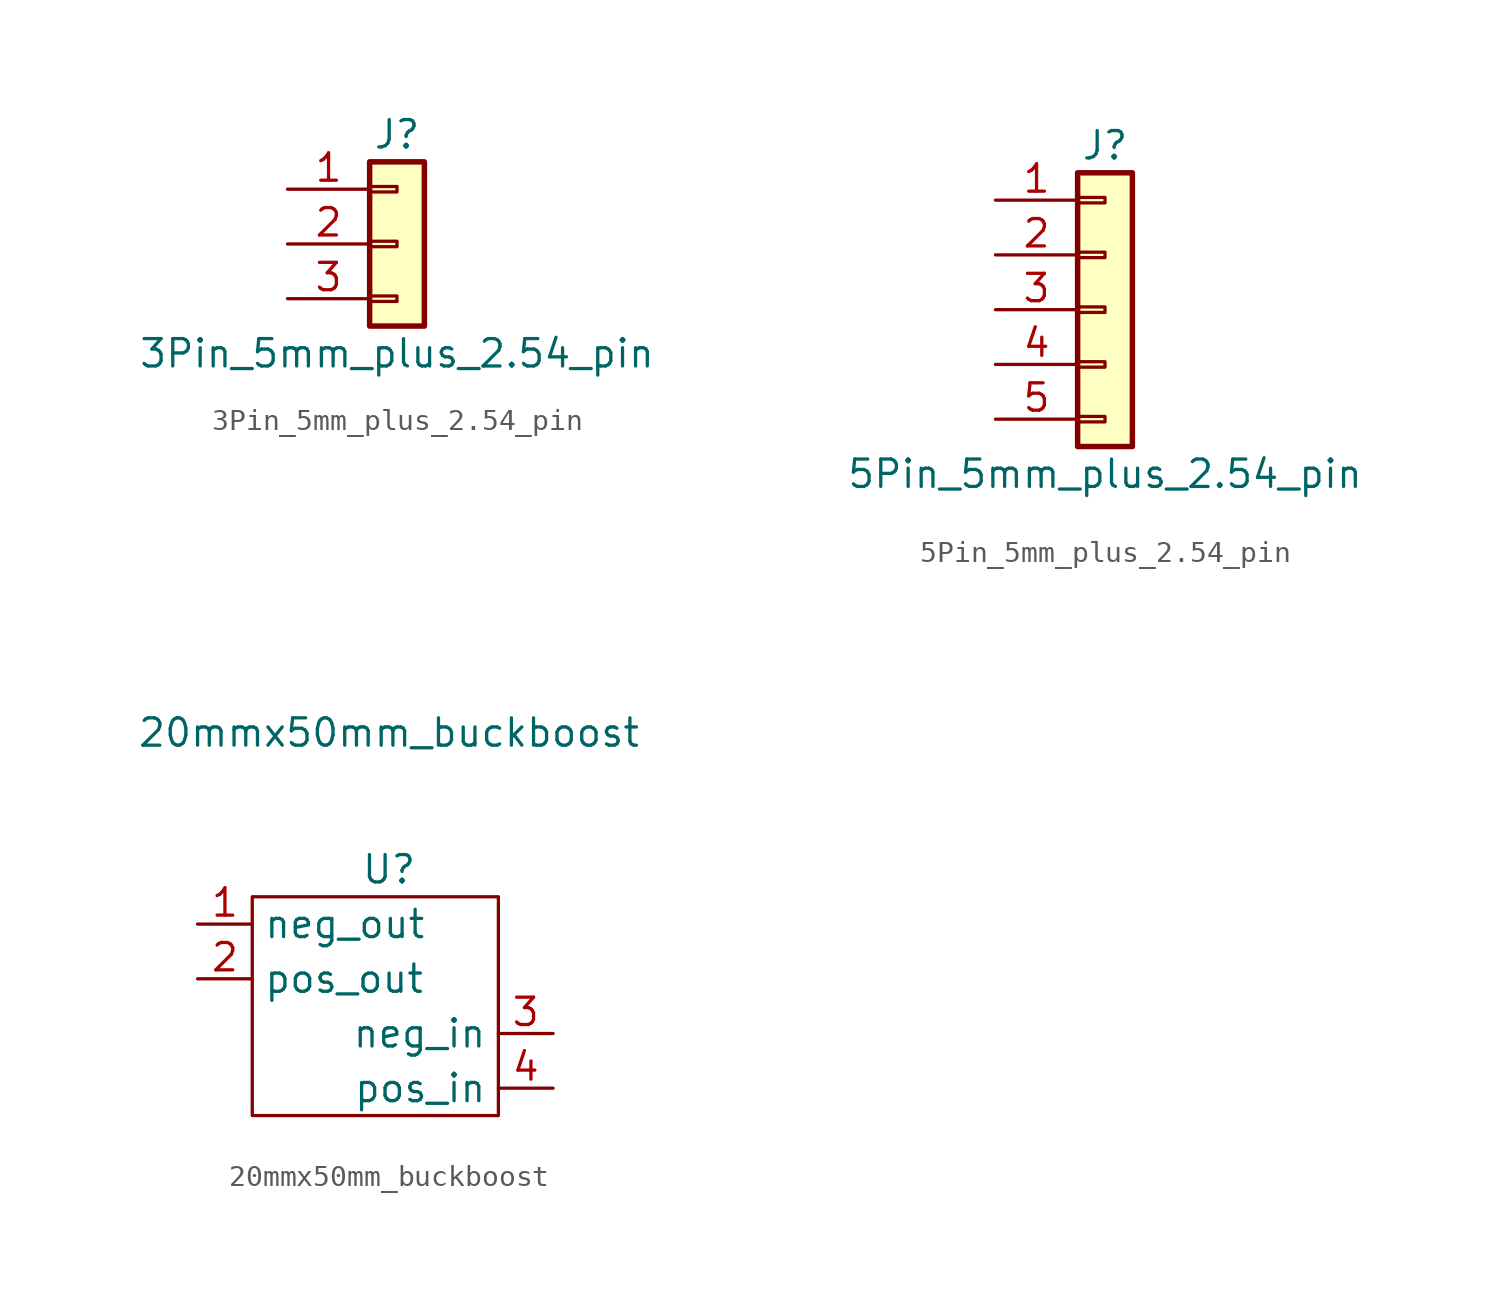
<source format=kicad_sym>
(kicad_symbol_lib
  (version 20211014)
  (generator kicad_symbol_editor)
  (symbol "3Pin_5mm_plus_2.54_pin"
    (pin_names
      (offset 1.016) hide)
    (property "Reference" "J"
      (at 0 5.08 0)
      (effects (font (size 1.27 1.27))))
    (property "Value" "3Pin_5mm_plus_2.54_pin"
      (at 0 -5.08 0)
      (effects (font (size 1.27 1.27))))
    (symbol "3Pin_5mm_plus_2.54_pin_1_1"
      (rectangle (start -1.27 -2.413) (end 0 -2.667) (stroke (width 0.152) (type default) (color 0 0 0 0)) (fill (type none)))
      (rectangle (start -1.27 0.127) (end 0 -0.127) (stroke (width 0.152) (type default) (color 0 0 0 0)) (fill (type none)))
      (rectangle (start -1.27 2.667) (end 0 2.413) (stroke (width 0.152) (type default) (color 0 0 0 0)) (fill (type none)))
      (rectangle (start -1.27 3.81) (end 1.27 -3.81) (stroke (width 0.254) (type default) (color 0 0 0 0)) (fill (type background)))
      (pin passive line (at -5.08 2.54 0) (length 3.81) (name "Pin_1" (effects (font (size 1.27 1.27)))) (number "1" (effects (font (size 1.27 1.27)))))
      (pin passive line (at -5.08 0 0) (length 3.81) (name "Pin_2" (effects (font (size 1.27 1.27)))) (number "2" (effects (font (size 1.27 1.27)))))
      (pin passive line (at -5.08 -2.54 0) (length 3.81) (name "Pin_3" (effects (font (size 1.27 1.27)))) (number "3" (effects (font (size 1.27 1.27)))))))
  (symbol "5Pin_5mm_plus_2.54_pin"
    (pin_names
      (offset 1.016) hide)
    (property "Reference" "J"
      (at 0 7.62 0)
      (effects (font (size 1.27 1.27))))
    (property "Value" "5Pin_5mm_plus_2.54_pin"
      (at 0 -7.62 0)
      (effects (font (size 1.27 1.27))))
    (symbol "5Pin_5mm_plus_2.54_pin_1_1"
      (rectangle (start -1.27 -4.953) (end 0 -5.207) (stroke (width 0.152) (type default) (color 0 0 0 0)) (fill (type none)))
      (rectangle (start -1.27 -2.413) (end 0 -2.667) (stroke (width 0.152) (type default) (color 0 0 0 0)) (fill (type none)))
      (rectangle (start -1.27 0.127) (end 0 -0.127) (stroke (width 0.152) (type default) (color 0 0 0 0)) (fill (type none)))
      (rectangle (start -1.27 2.667) (end 0 2.413) (stroke (width 0.152) (type default) (color 0 0 0 0)) (fill (type none)))
      (rectangle (start -1.27 5.207) (end 0 4.953) (stroke (width 0.152) (type default) (color 0 0 0 0)) (fill (type none)))
      (rectangle (start -1.27 6.35) (end 1.27 -6.35) (stroke (width 0.254) (type default) (color 0 0 0 0)) (fill (type background)))
      (pin passive line (at -5.08 5.08 0) (length 3.81) (name "Pin_1" (effects (font (size 1.27 1.27)))) (number "1" (effects (font (size 1.27 1.27)))))
      (pin passive line (at -5.08 2.54 0) (length 3.81) (name "Pin_2" (effects (font (size 1.27 1.27)))) (number "2" (effects (font (size 1.27 1.27)))))
      (pin passive line (at -5.08 0 0) (length 3.81) (name "Pin_3" (effects (font (size 1.27 1.27)))) (number "3" (effects (font (size 1.27 1.27)))))
      (pin passive line (at -5.08 -2.54 0) (length 3.81) (name "Pin_4" (effects (font (size 1.27 1.27)))) (number "4" (effects (font (size 1.27 1.27)))))
      (pin passive line (at -5.08 -5.08 0) (length 3.81) (name "Pin_5" (effects (font (size 1.27 1.27)))) (number "5" (effects (font (size 1.27 1.27)))))))
  (symbol "20mmx50mm_buckboost"
    (property "Reference" "U"
      (at 0 0 0)
      (effects (font (size 1.27 1.27))))
    (property "Value" "20mmx50mm_buckboost"
      (at 0 6.35 0)
      (effects (font (size 1.27 1.27))))
    (symbol "20mmx50mm_buckboost_0_1"
      (rectangle (start -6.35 -1.27) (end 5.08 -11.43) (stroke (width 0.152) (type default) (color 0 0 0 0)) (fill (type none))))
    (symbol "20mmx50mm_buckboost_1_1"
      (pin output line (at -8.89 -2.54 0) (length 2.54) (name "neg_out" (effects (font (size 1.27 1.27)))) (number "1" (effects (font (size 1.27 1.27)))))
      (pin output line (at -8.89 -5.08 0) (length 2.54) (name "pos_out" (effects (font (size 1.27 1.27)))) (number "2" (effects (font (size 1.27 1.27)))))
      (pin input line (at 7.62 -7.62 180) (length 2.54) (name "neg_in" (effects (font (size 1.27 1.27)))) (number "3" (effects (font (size 1.27 1.27)))))
      (pin input line (at 7.62 -10.16 180) (length 2.54) (name "pos_in" (effects (font (size 1.27 1.27)))) (number "4" (effects (font (size 1.27 1.27))))))))
</source>
